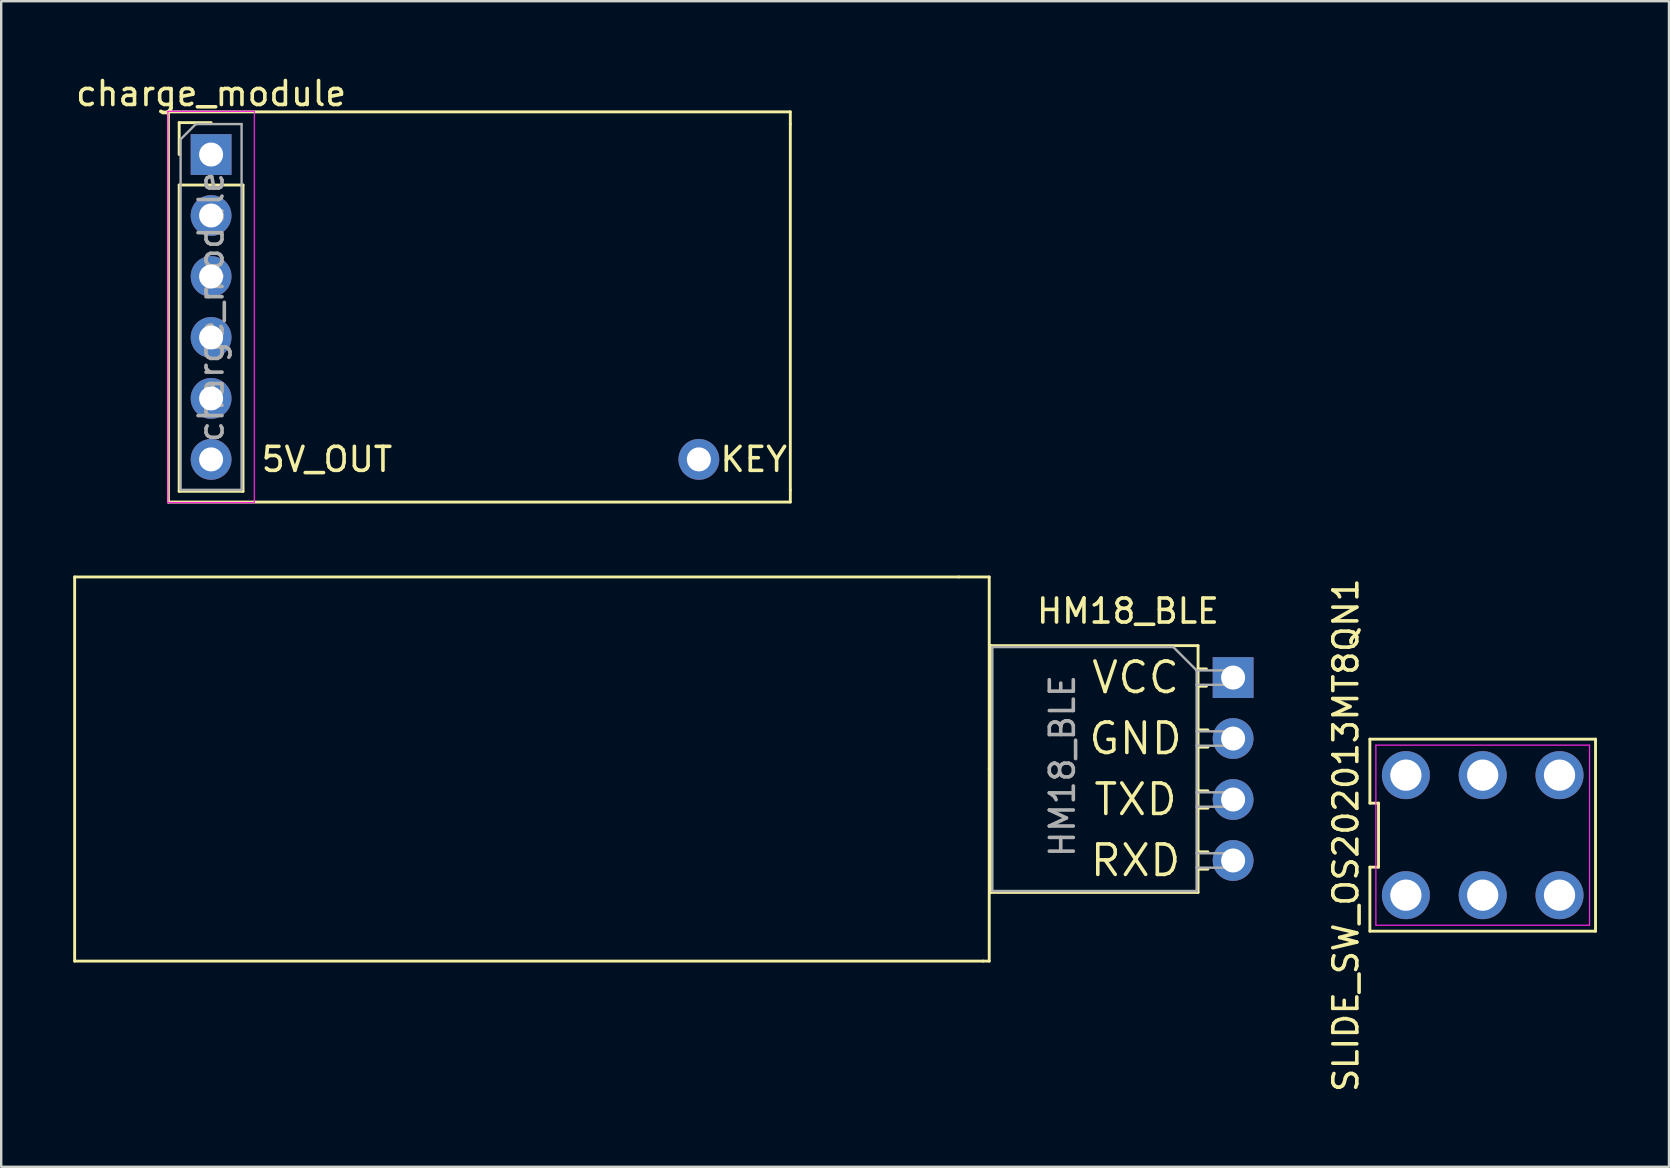
<source format=kicad_pcb>
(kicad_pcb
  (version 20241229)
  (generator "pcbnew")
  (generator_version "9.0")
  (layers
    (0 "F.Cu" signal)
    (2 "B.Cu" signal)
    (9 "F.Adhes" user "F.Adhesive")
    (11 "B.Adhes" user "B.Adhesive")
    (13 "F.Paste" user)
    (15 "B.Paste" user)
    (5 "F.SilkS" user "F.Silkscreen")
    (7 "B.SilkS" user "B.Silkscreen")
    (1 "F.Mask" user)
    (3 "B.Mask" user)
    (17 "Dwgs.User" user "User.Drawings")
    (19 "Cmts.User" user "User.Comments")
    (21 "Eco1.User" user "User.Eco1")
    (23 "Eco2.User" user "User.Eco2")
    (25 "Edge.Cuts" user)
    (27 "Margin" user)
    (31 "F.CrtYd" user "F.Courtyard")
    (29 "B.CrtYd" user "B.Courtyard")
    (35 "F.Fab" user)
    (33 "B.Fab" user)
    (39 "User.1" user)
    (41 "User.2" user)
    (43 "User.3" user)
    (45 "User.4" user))
  (footprint "HM18_BLE"
    (layer "F.Cu")
    (at 48.32 25.177)
    (property "Reference" "HM18_BLE" (at -4.38 -2.77 0) (layer "F.SilkS") (effects (font (size 1 1) (thickness 0.15))))
    (attr through_hole)
    (fp_line (start -48.26 -4.191) (end -48.26 11.811) (stroke (width 0.12) (type solid)) (layer "F.SilkS"))
    (fp_line (start -11.43 -4.191) (end -48.26 -4.191) (stroke (width 0.12) (type solid)) (layer "F.SilkS"))
    (fp_line (start -10.414 11.811) (end -48.26 11.811) (stroke (width 0.12) (type solid)) (layer "F.SilkS"))
    (fp_line (start -10.16 -4.191) (end -11.43 -4.191) (stroke (width 0.12) (type solid)) (layer "F.SilkS"))
    (fp_line (start -10.16 3.81) (end -10.16 -4.191) (stroke (width 0.12) (type solid)) (layer "F.SilkS"))
    (fp_line (start -10.16 3.81) (end -10.16 11.811) (stroke (width 0.12) (type solid)) (layer "F.SilkS"))
    (fp_line (start -10.16 11.811) (end -10.414 11.811) (stroke (width 0.12) (type solid)) (layer "F.SilkS"))
    (fp_line (start -10.09 -1.33) (end -10.09 8.95) (stroke (width 0.12) (type solid)) (layer "F.SilkS"))
    (fp_line (start -10.09 -1.33) (end -1.46 -1.33) (stroke (width 0.12) (type solid)) (layer "F.SilkS"))
    (fp_line (start -10.09 8.95) (end -1.46 8.95) (stroke (width 0.12) (type solid)) (layer "F.SilkS"))
    (fp_line (start -1.46 -1.33) (end -1.46 8.95) (stroke (width 0.12) (type solid)) (layer "F.SilkS"))
    (fp_line (start -1.46 -0.36) (end -1.11 -0.36) (stroke (width 0.12) (type solid)) (layer "F.SilkS"))
    (fp_line (start -1.46 0.36) (end -1.11 0.36) (stroke (width 0.12) (type solid)) (layer "F.SilkS"))
    (fp_line (start -1.46 2.18) (end -1.05 2.18) (stroke (width 0.12) (type solid)) (layer "F.SilkS"))
    (fp_line (start -1.46 2.9) (end -1.05 2.9) (stroke (width 0.12) (type solid)) (layer "F.SilkS"))
    (fp_line (start -1.46 4.72) (end -1.05 4.72) (stroke (width 0.12) (type solid)) (layer "F.SilkS"))
    (fp_line (start -1.46 5.44) (end -1.05 5.44) (stroke (width 0.12) (type solid)) (layer "F.SilkS"))
    (fp_line (start -1.46 7.26) (end -1.05 7.26) (stroke (width 0.12) (type solid)) (layer "F.SilkS"))
    (fp_line (start -1.46 7.98) (end -1.05 7.98) (stroke (width 0.12) (type solid)) (layer "F.SilkS"))
    (fp_line (start -10.03 -1.27) (end -2.49 -1.27) (stroke (width 0.1) (type solid)) (layer "F.Fab"))
    (fp_line (start -10.03 8.89) (end -10.03 -1.27) (stroke (width 0.1) (type solid)) (layer "F.Fab"))
    (fp_line (start -2.49 -1.27) (end -1.52 -0.3) (stroke (width 0.1) (type solid)) (layer "F.Fab"))
    (fp_line (start -1.52 -0.3) (end -1.52 8.89) (stroke (width 0.1) (type solid)) (layer "F.Fab"))
    (fp_line (start -1.52 0.3) (end 0 0.3) (stroke (width 0.1) (type solid)) (layer "F.Fab"))
    (fp_line (start -1.52 2.84) (end 0 2.84) (stroke (width 0.1) (type solid)) (layer "F.Fab"))
    (fp_line (start -1.52 5.38) (end 0 5.38) (stroke (width 0.1) (type solid)) (layer "F.Fab"))
    (fp_line (start -1.52 7.92) (end 0 7.92) (stroke (width 0.1) (type solid)) (layer "F.Fab"))
    (fp_line (start -1.52 8.89) (end -10.03 8.89) (stroke (width 0.1) (type solid)) (layer "F.Fab"))
    (fp_line (start 0 -0.3) (end -1.52 -0.3) (stroke (width 0.1) (type solid)) (layer "F.Fab"))
    (fp_line (start 0 0.3) (end 0 -0.3) (stroke (width 0.1) (type solid)) (layer "F.Fab"))
    (fp_line (start 0 2.24) (end -1.52 2.24) (stroke (width 0.1) (type solid)) (layer "F.Fab"))
    (fp_line (start 0 2.84) (end 0 2.24) (stroke (width 0.1) (type solid)) (layer "F.Fab"))
    (fp_line (start 0 4.78) (end -1.52 4.78) (stroke (width 0.1) (type solid)) (layer "F.Fab"))
    (fp_line (start 0 5.38) (end 0 4.78) (stroke (width 0.1) (type solid)) (layer "F.Fab"))
    (fp_line (start 0 7.32) (end -1.52 7.32) (stroke (width 0.1) (type solid)) (layer "F.Fab"))
    (fp_line (start 0 7.92) (end 0 7.32) (stroke (width 0.1) (type solid)) (layer "F.Fab"))
    (fp_text user "GND" (at -4.064 2.54 0) (layer "F.SilkS") (effects (font (size 1.27 1.27) (thickness 0.15))))
    (fp_text user "VCC" (at -4.064 0 0) (layer "F.SilkS") (effects (font (size 1.27 1.27) (thickness 0.15))))
    (fp_text user "TXD" (at -4.064 5.08 0) (layer "F.SilkS") (effects (font (size 1.27 1.27) (thickness 0.15))))
    (fp_text user "RXD" (at -4.064 7.62 0) (layer "F.SilkS") (effects (font (size 1.27 1.27) (thickness 0.15))))
    (fp_text user "${REFERENCE}" (at -7.112 3.683 90) (layer "F.Fab") (effects (font (size 1 1) (thickness 0.15))))
    (pad "1" thru_hole rect (at 0 0) (size 1.7 1.7) (drill 1) (layers "*.Cu" "*.Mask"))
    (pad "2" thru_hole oval (at 0 2.54) (size 1.7 1.7) (drill 1) (layers "*.Cu" "*.Mask"))
    (pad "3" thru_hole oval (at 0 5.08) (size 1.7 1.7) (drill 1) (layers "*.Cu" "*.Mask"))
    (pad "4" thru_hole oval (at 0 7.62) (size 1.7 1.7) (drill 1) (layers "*.Cu" "*.Mask")))
  (footprint "SLIDE_SW_OS202013MT8QN1"
    (layer "F.Cu")
    (at 58.718 31.742)
    (property "Reference" "SLIDE_SW_OS202013MT8QN1" (at -5.7 0 90) (layer "F.SilkS") (effects (font (size 1 1) (thickness 0.15))))
    (attr through_hole)
    (fp_line (start -4.7 -4) (end -4.7 -1.333) (stroke (width 0.12) (type solid)) (layer "F.SilkS"))
    (fp_line (start -4.7 -1.333) (end -4.34 -1.333) (stroke (width 0.12) (type solid)) (layer "F.SilkS"))
    (fp_line (start -4.7 1.333) (end -4.7 4) (stroke (width 0.12) (type solid)) (layer "F.SilkS"))
    (fp_line (start -4.7 4) (end 4.7 4) (stroke (width 0.12) (type solid)) (layer "F.SilkS"))
    (fp_line (start -4.34 -1.333) (end -4.34 1.333) (stroke (width 0.12) (type solid)) (layer "F.SilkS"))
    (fp_line (start -4.34 1.333) (end -4.7 1.333) (stroke (width 0.12) (type solid)) (layer "F.SilkS"))
    (fp_line (start 4.7 -4) (end -4.7 -4) (stroke (width 0.12) (type solid)) (layer "F.SilkS"))
    (fp_line (start 4.7 4) (end 4.7 -4) (stroke (width 0.12) (type solid)) (layer "F.SilkS"))
    (fp_line (start -4.45 -3.75) (end 4.45 -3.75) (stroke (width 0.05) (type solid)) (layer "F.CrtYd"))
    (fp_line (start -4.45 3.75) (end -4.45 -3.75) (stroke (width 0.05) (type solid)) (layer "F.CrtYd"))
    (fp_line (start 4.45 -3.75) (end 4.45 3.75) (stroke (width 0.05) (type solid)) (layer "F.CrtYd"))
    (fp_line (start 4.45 3.75) (end -4.45 3.75) (stroke (width 0.05) (type solid)) (layer "F.CrtYd"))
    (pad "1" thru_hole circle (at -3.2 2.5) (size 2 2) (drill 1.3) (layers "*.Cu" "*.Mask"))
    (pad "2" thru_hole circle (at 0 2.5) (size 2 2) (drill 1.3) (layers "*.Cu" "*.Mask"))
    (pad "3" thru_hole circle (at 3.2 2.5) (size 2 2) (drill 1.3) (layers "*.Cu" "*.Mask"))
    (pad "4" thru_hole circle (at 3.2 -2.5) (size 2 2) (drill 1.3) (layers "*.Cu" "*.Mask"))
    (pad "5" thru_hole circle (at 0 -2.5) (size 2 2) (drill 1.3) (layers "*.Cu" "*.Mask"))
    (pad "6" thru_hole circle (at -3.2 -2.5) (size 2 2) (drill 1.3) (layers "*.Cu" "*.Mask")))
  (footprint "charge_module"
    (layer "F.Cu")
    (at 5.744 3.388)
    (property "Reference" "charge_module" (at 0 -2.54 0) (layer "F.SilkS") (effects (font (size 1 1) (thickness 0.15))))
    (attr through_hole)
    (fp_line (start -1.778 -1.778) (end -1.778 14.478) (stroke (width 0.12) (type solid)) (layer "F.SilkS"))
    (fp_line (start -1.778 -1.778) (end 24.13 -1.778) (stroke (width 0.12) (type solid)) (layer "F.SilkS"))
    (fp_line (start -1.778 14.478) (end 24.13 14.478) (stroke (width 0.12) (type solid)) (layer "F.SilkS"))
    (fp_line (start -1.33 -1.33) (end 0 -1.33) (stroke (width 0.12) (type solid)) (layer "F.SilkS"))
    (fp_line (start -1.33 0) (end -1.33 -1.33) (stroke (width 0.12) (type solid)) (layer "F.SilkS"))
    (fp_line (start -1.33 1.27) (end -1.33 14.03) (stroke (width 0.12) (type solid)) (layer "F.SilkS"))
    (fp_line (start -1.33 1.27) (end 1.33 1.27) (stroke (width 0.12) (type solid)) (layer "F.SilkS"))
    (fp_line (start -1.33 14.03) (end 1.33 14.03) (stroke (width 0.12) (type solid)) (layer "F.SilkS"))
    (fp_line (start 1.33 1.27) (end 1.33 14.03) (stroke (width 0.12) (type solid)) (layer "F.SilkS"))
    (fp_line (start 24.13 -1.778) (end 24.13 -1.27) (stroke (width 0.12) (type solid)) (layer "F.SilkS"))
    (fp_line (start 24.13 13.97) (end 24.13 -1.27) (stroke (width 0.12) (type solid)) (layer "F.SilkS"))
    (fp_line (start 24.13 14.478) (end 24.13 13.97) (stroke (width 0.12) (type solid)) (layer "F.SilkS"))
    (fp_line (start -1.8 -1.8) (end -1.8 14.5) (stroke (width 0.05) (type solid)) (layer "F.CrtYd"))
    (fp_line (start -1.8 14.5) (end 1.8 14.5) (stroke (width 0.05) (type solid)) (layer "F.CrtYd"))
    (fp_line (start 1.8 -1.8) (end -1.8 -1.8) (stroke (width 0.05) (type solid)) (layer "F.CrtYd"))
    (fp_line (start 1.8 14.5) (end 1.8 -1.8) (stroke (width 0.05) (type solid)) (layer "F.CrtYd"))
    (fp_line (start -1.27 -0.635) (end -0.635 -1.27) (stroke (width 0.1) (type solid)) (layer "F.Fab"))
    (fp_line (start -1.27 13.97) (end -1.27 -0.635) (stroke (width 0.1) (type solid)) (layer "F.Fab"))
    (fp_line (start -0.635 -1.27) (end 1.27 -1.27) (stroke (width 0.1) (type solid)) (layer "F.Fab"))
    (fp_line (start 1.27 -1.27) (end 1.27 13.97) (stroke (width 0.1) (type solid)) (layer "F.Fab"))
    (fp_line (start 1.27 13.97) (end -1.27 13.97) (stroke (width 0.1) (type solid)) (layer "F.Fab"))
    (fp_text user "5V_OUT" (at 4.826 12.7 0) (layer "F.SilkS") (effects (font (size 1 1) (thickness 0.15))))
    (fp_text user "KEY" (at 22.606 12.7 0) (layer "F.SilkS") (effects (font (size 1 1) (thickness 0.15))))
    (fp_text user "${REFERENCE}" (at 0 6.35 90) (layer "F.Fab") (effects (font (size 1 1) (thickness 0.15))))
    (pad "1" thru_hole rect (at 0 0) (size 1.7 1.7) (drill 1) (layers "*.Cu" "*.Mask"))
    (pad "2" thru_hole oval (at 0 2.54) (size 1.7 1.7) (drill 1) (layers "*.Cu" "*.Mask"))
    (pad "3" thru_hole oval (at 0 5.08) (size 1.7 1.7) (drill 1) (layers "*.Cu" "*.Mask"))
    (pad "4" thru_hole oval (at 0 7.62) (size 1.7 1.7) (drill 1) (layers "*.Cu" "*.Mask"))
    (pad "5" thru_hole oval (at 0 10.16) (size 1.7 1.7) (drill 1) (layers "*.Cu" "*.Mask"))
    (pad "6" thru_hole oval (at 0 12.7) (size 1.7 1.7) (drill 1) (layers "*.Cu" "*.Mask"))
    (pad "7" thru_hole oval (at 20.32 12.7) (size 1.7 1.7) (drill 1) (layers "*.Cu" "*.Mask")))
  (gr_rect
    (start -3 -3)
    (end 66.478 45.557)
    (stroke (width 0.1) (type default))
    (fill no)
    (layer "Edge.Cuts")))
</source>
